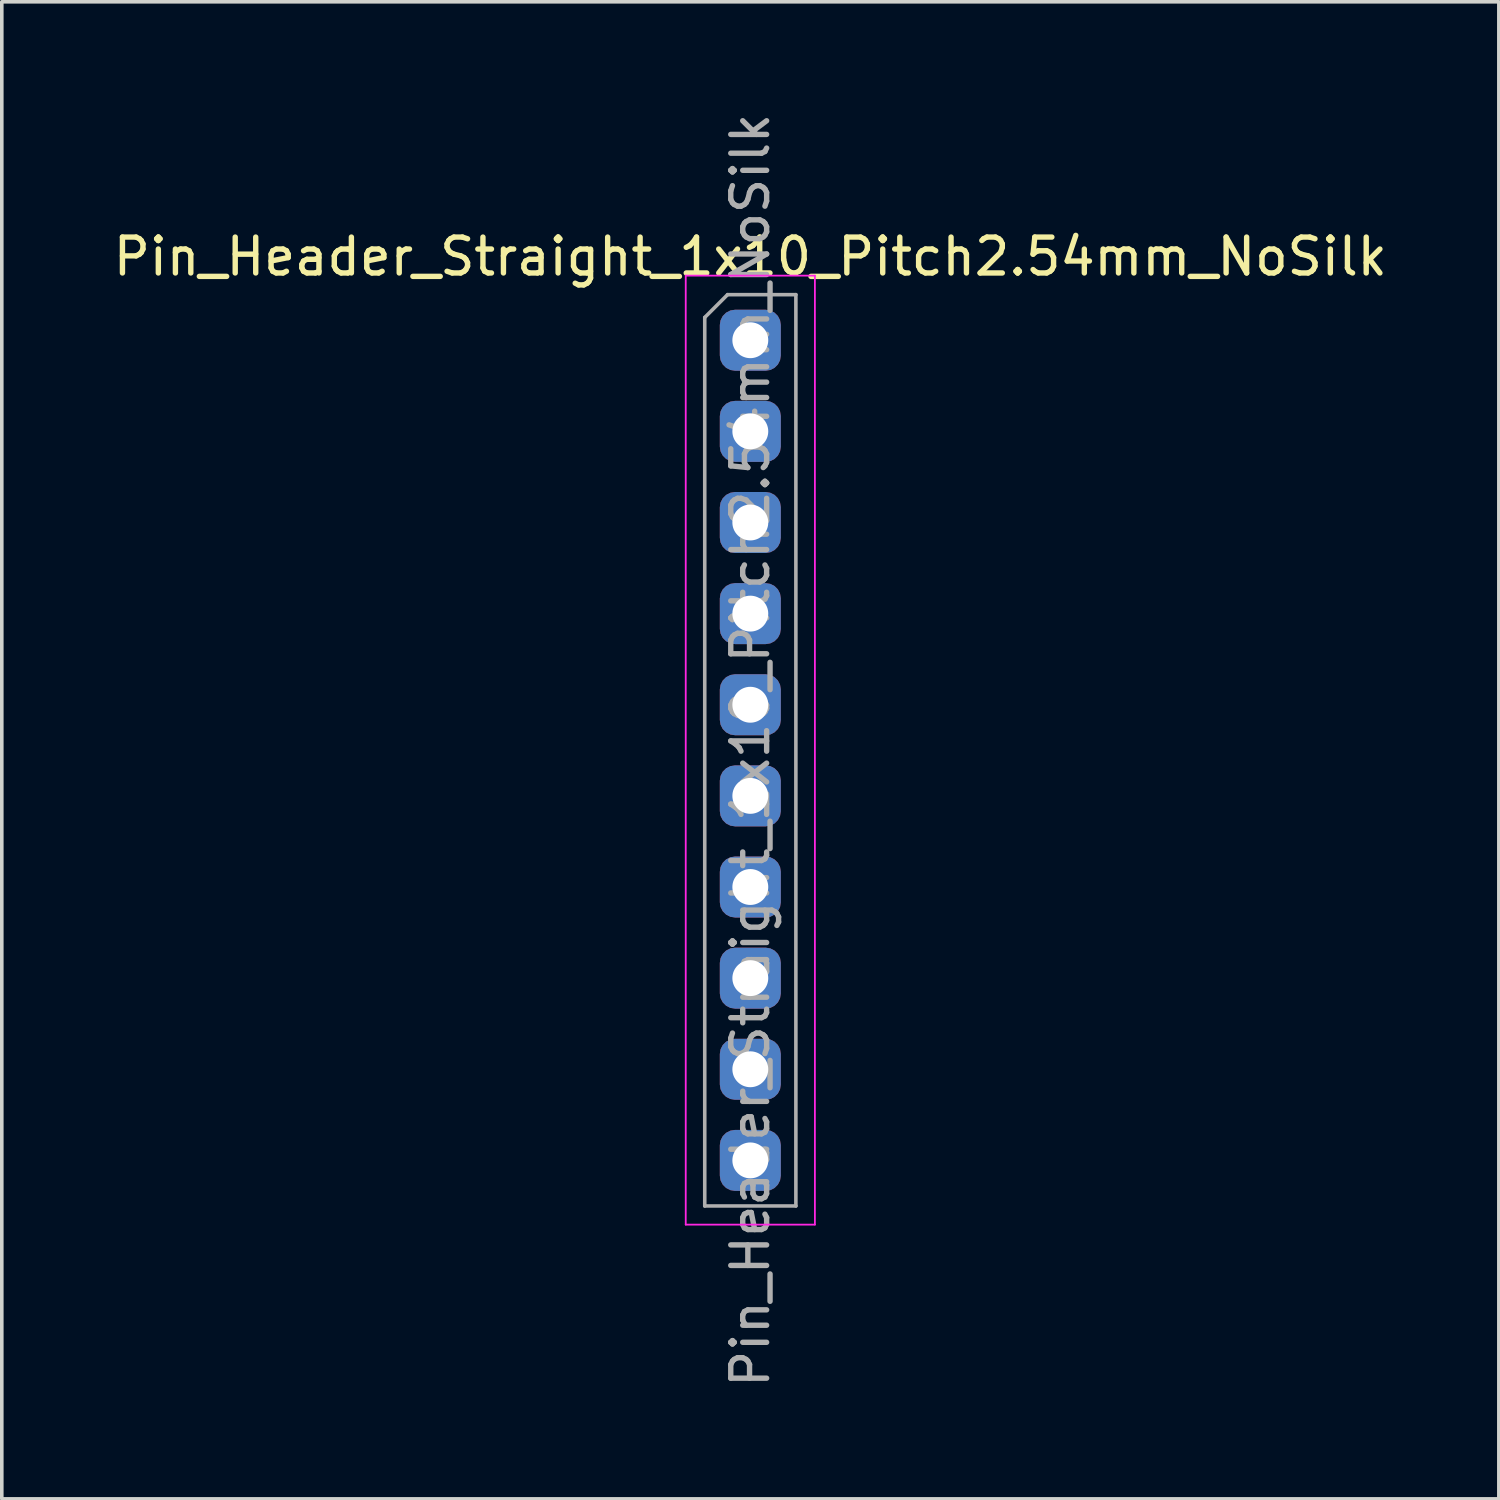
<source format=kicad_pcb>
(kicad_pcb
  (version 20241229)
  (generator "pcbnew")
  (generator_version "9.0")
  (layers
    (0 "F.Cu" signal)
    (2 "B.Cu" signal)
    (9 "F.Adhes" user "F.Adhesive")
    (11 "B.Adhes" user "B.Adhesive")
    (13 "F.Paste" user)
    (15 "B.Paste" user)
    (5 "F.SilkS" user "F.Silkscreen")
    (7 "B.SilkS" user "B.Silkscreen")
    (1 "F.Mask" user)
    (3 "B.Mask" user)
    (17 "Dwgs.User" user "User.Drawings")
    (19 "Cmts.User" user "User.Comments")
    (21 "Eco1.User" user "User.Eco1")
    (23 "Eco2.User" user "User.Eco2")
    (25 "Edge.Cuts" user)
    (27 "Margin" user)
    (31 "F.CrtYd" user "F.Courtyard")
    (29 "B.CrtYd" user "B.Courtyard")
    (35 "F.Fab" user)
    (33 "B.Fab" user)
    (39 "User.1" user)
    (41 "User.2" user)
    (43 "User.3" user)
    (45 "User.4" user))
  (footprint "Pin_Header_Straight_1x10_Pitch2.54mm_NoSilk"
    (layer "F.Cu")
    (at 17.863 6.433)
    (property "Reference" "Pin_Header_Straight_1x10_Pitch2.54mm_NoSilk" (at 0 -2.33 0) (layer "F.SilkS") (effects (font (size 1 1) (thickness 0.15))))
    (attr through_hole)
    (fp_line (start -1.8 -1.8) (end -1.8 24.65) (stroke (width 0.05) (type solid)) (layer "F.CrtYd"))
    (fp_line (start -1.8 24.65) (end 1.8 24.65) (stroke (width 0.05) (type solid)) (layer "F.CrtYd"))
    (fp_line (start 1.8 -1.8) (end -1.8 -1.8) (stroke (width 0.05) (type solid)) (layer "F.CrtYd"))
    (fp_line (start 1.8 24.65) (end 1.8 -1.8) (stroke (width 0.05) (type solid)) (layer "F.CrtYd"))
    (fp_line (start -1.27 -0.635) (end -0.635 -1.27) (stroke (width 0.1) (type solid)) (layer "F.Fab"))
    (fp_line (start -1.27 24.13) (end -1.27 -0.635) (stroke (width 0.1) (type solid)) (layer "F.Fab"))
    (fp_line (start -0.635 -1.27) (end 1.27 -1.27) (stroke (width 0.1) (type solid)) (layer "F.Fab"))
    (fp_line (start 1.27 -1.27) (end 1.27 24.13) (stroke (width 0.1) (type solid)) (layer "F.Fab"))
    (fp_line (start 1.27 24.13) (end -1.27 24.13) (stroke (width 0.1) (type solid)) (layer "F.Fab"))
    (fp_text user "${REFERENCE}" (at 0 11.43 90) (layer "F.Fab") (effects (font (size 1 1) (thickness 0.15))))
    (pad "1" thru_hole roundrect (at 0 0) (size 1.7 1.7) (drill 1) (layers "*.Cu" "*.Mask") (roundrect_rratio 0.25))
    (pad "2" thru_hole roundrect (at 0 2.54) (size 1.7 1.7) (drill 1) (layers "*.Cu" "*.Mask") (roundrect_rratio 0.25))
    (pad "3" thru_hole roundrect (at 0 5.08) (size 1.7 1.7) (drill 1) (layers "*.Cu" "*.Mask") (roundrect_rratio 0.25))
    (pad "4" thru_hole roundrect (at 0 7.62) (size 1.7 1.7) (drill 1) (layers "*.Cu" "*.Mask") (roundrect_rratio 0.25))
    (pad "5" thru_hole roundrect (at 0 10.16) (size 1.7 1.7) (drill 1) (layers "*.Cu" "*.Mask") (roundrect_rratio 0.25))
    (pad "6" thru_hole roundrect (at 0 12.7) (size 1.7 1.7) (drill 1) (layers "*.Cu" "*.Mask") (roundrect_rratio 0.25))
    (pad "7" thru_hole roundrect (at 0 15.24) (size 1.7 1.7) (drill 1) (layers "*.Cu" "*.Mask") (roundrect_rratio 0.25))
    (pad "8" thru_hole roundrect (at 0 17.78) (size 1.7 1.7) (drill 1) (layers "*.Cu" "*.Mask") (roundrect_rratio 0.25))
    (pad "9" thru_hole roundrect (at 0 20.32) (size 1.7 1.7) (drill 1) (layers "*.Cu" "*.Mask") (roundrect_rratio 0.25))
    (pad "10" thru_hole roundrect (at 0 22.86) (size 1.7 1.7) (drill 1) (layers "*.Cu" "*.Mask") (roundrect_rratio 0.25)))
  (gr_rect
    (start -3 -3)
    (end 38.726 38.726)
    (stroke (width 0.1) (type default))
    (fill no)
    (layer "Edge.Cuts")))
</source>
